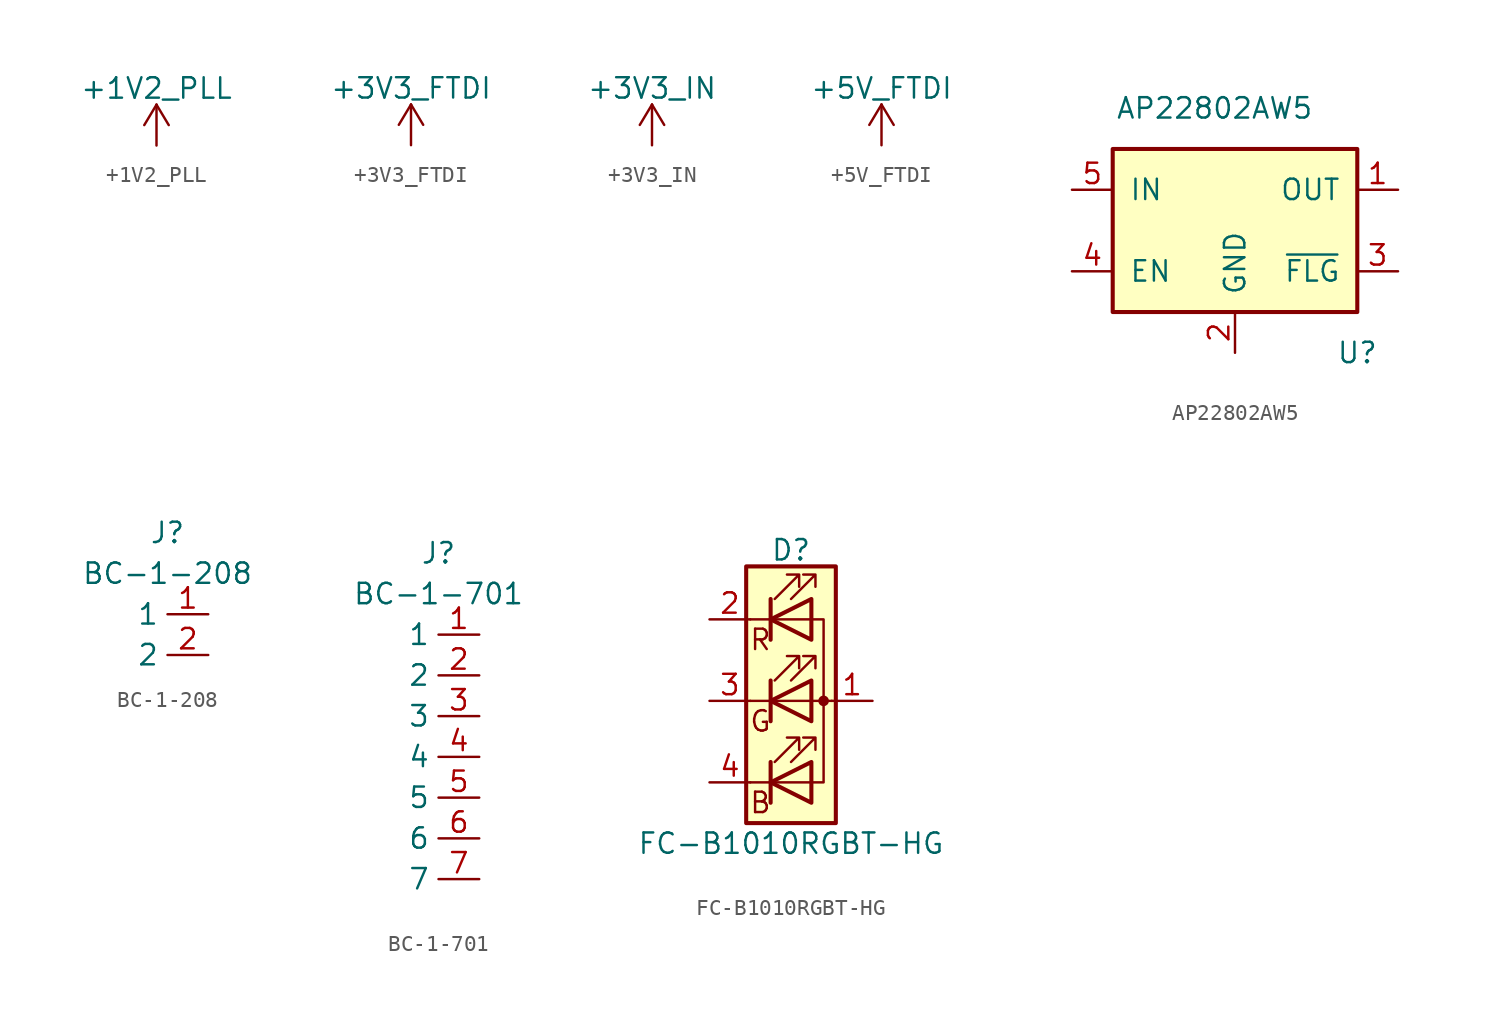
<source format=kicad_sym>
(kicad_symbol_lib
  (version 20211014)
  (generator kicad_symbol_editor)
  (symbol "+1V2_PLL"
    (power)
    (pin_names
      (offset 0))
    (property "Reference" "#PWR"
      (at 0 -3.81 0)
      (effects (font (size 1.27 1.27)) hide))
    (property "Value" "+1V2_PLL"
      (at 0 3.556 0)
      (effects (font (size 1.27 1.27))))
    (symbol "+1V2_PLL_0_1"
      (polyline (pts (xy -0.762 1.27) (xy 0 2.54)) (stroke (width 0) (type default) (color 0 0 0 0)) (fill (type none)))
      (polyline (pts (xy 0 0) (xy 0 2.54)) (stroke (width 0) (type default) (color 0 0 0 0)) (fill (type none)))
      (polyline (pts (xy 0 2.54) (xy 0.762 1.27)) (stroke (width 0) (type default) (color 0 0 0 0)) (fill (type none))))
    (symbol "+1V2_PLL_1_1"
      (pin power_in line (at 0 0 90) (length 0) hide (name "+1V2_PLL" (effects (font (size 1.27 1.27)))) (number "1" (effects (font (size 1.27 1.27)))))))
  (symbol "+3V3_FTDI"
    (power)
    (pin_names
      (offset 0))
    (property "Reference" "#PWR"
      (at 0 -3.81 0)
      (effects (font (size 1.27 1.27)) hide))
    (property "Value" "+3V3_FTDI"
      (at 0 3.556 0)
      (effects (font (size 1.27 1.27))))
    (symbol "+3V3_FTDI_0_1"
      (polyline (pts (xy -0.762 1.27) (xy 0 2.54)) (stroke (width 0) (type default) (color 0 0 0 0)) (fill (type none)))
      (polyline (pts (xy 0 0) (xy 0 2.54)) (stroke (width 0) (type default) (color 0 0 0 0)) (fill (type none)))
      (polyline (pts (xy 0 2.54) (xy 0.762 1.27)) (stroke (width 0) (type default) (color 0 0 0 0)) (fill (type none))))
    (symbol "+3V3_FTDI_1_1"
      (pin power_in line (at 0 0 90) (length 0) hide (name "+3V3_FTDI" (effects (font (size 1.27 1.27)))) (number "1" (effects (font (size 1.27 1.27)))))))
  (symbol "+3V3_IN"
    (power)
    (pin_names
      (offset 0))
    (property "Reference" "#PWR"
      (at 0 -3.81 0)
      (effects (font (size 1.27 1.27)) hide))
    (property "Value" "+3V3_IN"
      (at 0 3.556 0)
      (effects (font (size 1.27 1.27))))
    (symbol "+3V3_IN_0_1"
      (polyline (pts (xy -0.762 1.27) (xy 0 2.54)) (stroke (width 0) (type default) (color 0 0 0 0)) (fill (type none)))
      (polyline (pts (xy 0 0) (xy 0 2.54)) (stroke (width 0) (type default) (color 0 0 0 0)) (fill (type none)))
      (polyline (pts (xy 0 2.54) (xy 0.762 1.27)) (stroke (width 0) (type default) (color 0 0 0 0)) (fill (type none))))
    (symbol "+3V3_IN_1_1"
      (pin power_in line (at 0 0 90) (length 0) hide (name "+3V3_IN" (effects (font (size 1.27 1.27)))) (number "1" (effects (font (size 1.27 1.27)))))))
  (symbol "+5V_FTDI"
    (power)
    (pin_names
      (offset 0))
    (property "Reference" "#PWR"
      (at 0 -3.81 0)
      (effects (font (size 1.27 1.27)) hide))
    (property "Value" "+5V_FTDI"
      (at 0 3.556 0)
      (effects (font (size 1.27 1.27))))
    (symbol "+5V_FTDI_0_1"
      (polyline (pts (xy -0.762 1.27) (xy 0 2.54)) (stroke (width 0) (type default) (color 0 0 0 0)) (fill (type none)))
      (polyline (pts (xy 0 0) (xy 0 2.54)) (stroke (width 0) (type default) (color 0 0 0 0)) (fill (type none)))
      (polyline (pts (xy 0 2.54) (xy 0.762 1.27)) (stroke (width 0) (type default) (color 0 0 0 0)) (fill (type none))))
    (symbol "+5V_FTDI_1_1"
      (pin power_in line (at 0 0 90) (length 0) hide (name "+5V_FTDI" (effects (font (size 1.27 1.27)))) (number "1" (effects (font (size 1.27 1.27)))))))
  (symbol "AP22802AW5"
    (pin_names
      (offset 1.016))
    (property "Reference" "U"
      (at 7.62 -6.35 0)
      (effects (font (size 1.27 1.27))))
    (property "Value" "AP22802AW5"
      (at -1.27 8.89 0)
      (effects (font (size 1.27 1.27))))
    (symbol "AP22802AW5_1_1"
      (rectangle (start -7.62 6.35) (end 7.62 -3.81) (stroke (width 0.254) (type default) (color 0 0 0 0)) (fill (type background)))
      (pin power_out line (at 10.16 3.81 180) (length 2.54) (name "OUT" (effects (font (size 1.27 1.27)))) (number "1" (effects (font (size 1.27 1.27)))))
      (pin power_in line (at 0 -6.35 90) (length 2.54) (name "GND" (effects (font (size 1.27 1.27)))) (number "2" (effects (font (size 1.27 1.27)))))
      (pin open_collector line (at 10.16 -1.27 180) (length 2.54) (name "~{FLG}" (effects (font (size 1.27 1.27)))) (number "3" (effects (font (size 1.27 1.27)))))
      (pin input line (at -10.16 -1.27 0) (length 2.54) (name "EN" (effects (font (size 1.27 1.27)))) (number "4" (effects (font (size 1.27 1.27)))))
      (pin power_in line (at -10.16 3.81 0) (length 2.54) (name "IN" (effects (font (size 1.27 1.27)))) (number "5" (effects (font (size 1.27 1.27)))))))
  (symbol "BC-1-208"
    (property "Reference" "J"
      (at 0 5.08 0)
      (effects (font (size 1.27 1.27))))
    (property "Value" "BC-1-208"
      (at 0 2.54 0)
      (effects (font (size 1.27 1.27))))
    (symbol "BC-1-208_1_1"
      (pin passive line (at 2.54 0 180) (length 2.54) (name "1" (effects (font (size 1.27 1.27)))) (number "1" (effects (font (size 1.27 1.27)))))
      (pin passive line (at 2.54 -2.54 180) (length 2.54) (name "2" (effects (font (size 1.27 1.27)))) (number "2" (effects (font (size 1.27 1.27)))))))
  (symbol "BC-1-701"
    (property "Reference" "J"
      (at 0 5.08 0)
      (effects (font (size 1.27 1.27))))
    (property "Value" "BC-1-701"
      (at 0 2.54 0)
      (effects (font (size 1.27 1.27))))
    (symbol "BC-1-701_1_1"
      (pin passive line (at 2.54 0 180) (length 2.54) (name "1" (effects (font (size 1.27 1.27)))) (number "1" (effects (font (size 1.27 1.27)))))
      (pin passive line (at 2.54 -2.54 180) (length 2.54) (name "2" (effects (font (size 1.27 1.27)))) (number "2" (effects (font (size 1.27 1.27)))))
      (pin passive line (at 2.54 -5.08 180) (length 2.54) (name "3" (effects (font (size 1.27 1.27)))) (number "3" (effects (font (size 1.27 1.27)))))
      (pin passive line (at 2.54 -7.62 180) (length 2.54) (name "4" (effects (font (size 1.27 1.27)))) (number "4" (effects (font (size 1.27 1.27)))))
      (pin passive line (at 2.54 -10.16 180) (length 2.54) (name "5" (effects (font (size 1.27 1.27)))) (number "5" (effects (font (size 1.27 1.27)))))
      (pin passive line (at 2.54 -12.7 180) (length 2.54) (name "6" (effects (font (size 1.27 1.27)))) (number "6" (effects (font (size 1.27 1.27)))))
      (pin passive line (at 2.54 -15.24 180) (length 2.54) (name "7" (effects (font (size 1.27 1.27)))) (number "7" (effects (font (size 1.27 1.27)))))))
  (symbol "FC-B1010RGBT-HG"
    (pin_names
      (offset 0) hide)
    (property "Reference" "D"
      (at 0 9.398 0)
      (effects (font (size 1.27 1.27))))
    (property "Value" "FC-B1010RGBT-HG"
      (at 0 -8.89 0)
      (effects (font (size 1.27 1.27))))
    (symbol "FC-B1010RGBT-HG_0_0"
      (text "B" (at -1.905 -6.35 0) (effects (font (size 1.27 1.27))))
      (text "G" (at -1.905 -1.27 0) (effects (font (size 1.27 1.27))))
      (text "R" (at -1.905 3.81 0) (effects (font (size 1.27 1.27)))))
    (symbol "FC-B1010RGBT-HG_0_1"
      (polyline (pts (xy -1.27 -5.08) (xy -2.54 -5.08)) (stroke (width 0) (type default) (color 0 0 0 0)) (fill (type none)))
      (polyline (pts (xy -1.27 -5.08) (xy 1.27 -5.08)) (stroke (width 0) (type default) (color 0 0 0 0)) (fill (type none)))
      (polyline (pts (xy -1.27 -3.81) (xy -1.27 -6.35)) (stroke (width 0.254) (type default) (color 0 0 0 0)) (fill (type none)))
      (polyline (pts (xy -1.27 0) (xy -2.54 0)) (stroke (width 0) (type default) (color 0 0 0 0)) (fill (type none)))
      (polyline (pts (xy -1.27 1.27) (xy -1.27 -1.27)) (stroke (width 0.254) (type default) (color 0 0 0 0)) (fill (type none)))
      (polyline (pts (xy -1.27 5.08) (xy -2.54 5.08)) (stroke (width 0) (type default) (color 0 0 0 0)) (fill (type none)))
      (polyline (pts (xy -1.27 5.08) (xy 1.27 5.08)) (stroke (width 0) (type default) (color 0 0 0 0)) (fill (type none)))
      (polyline (pts (xy -1.27 6.35) (xy -1.27 3.81)) (stroke (width 0.254) (type default) (color 0 0 0 0)) (fill (type none)))
      (polyline (pts (xy 1.27 0) (xy -1.27 0)) (stroke (width 0) (type default) (color 0 0 0 0)) (fill (type none)))
      (polyline (pts (xy 1.27 0) (xy 2.54 0)) (stroke (width 0) (type default) (color 0 0 0 0)) (fill (type none)))
      (polyline (pts (xy -1.27 1.27) (xy -1.27 -1.27) (xy -1.27 -1.27)) (stroke (width 0) (type default) (color 0 0 0 0)) (fill (type none)))
      (polyline (pts (xy -1.27 6.35) (xy -1.27 3.81) (xy -1.27 3.81)) (stroke (width 0) (type default) (color 0 0 0 0)) (fill (type none)))
      (polyline (pts (xy 1.27 -5.08) (xy 2.032 -5.08) (xy 2.032 5.08) (xy 1.27 5.08)) (stroke (width 0) (type default) (color 0 0 0 0)) (fill (type none)))
      (polyline (pts (xy 1.27 -3.81) (xy 1.27 -6.35) (xy -1.27 -5.08) (xy 1.27 -3.81)) (stroke (width 0.254) (type default) (color 0 0 0 0)) (fill (type none)))
      (polyline (pts (xy 1.27 1.27) (xy 1.27 -1.27) (xy -1.27 0) (xy 1.27 1.27)) (stroke (width 0.254) (type default) (color 0 0 0 0)) (fill (type none)))
      (polyline (pts (xy 1.27 6.35) (xy 1.27 3.81) (xy -1.27 5.08) (xy 1.27 6.35)) (stroke (width 0.254) (type default) (color 0 0 0 0)) (fill (type none)))
      (polyline (pts (xy -1.016 -3.81) (xy 0.508 -2.286) (xy -0.254 -2.286) (xy 0.508 -2.286) (xy 0.508 -3.048)) (stroke (width 0) (type default) (color 0 0 0 0)) (fill (type none)))
      (polyline (pts (xy -1.016 1.27) (xy 0.508 2.794) (xy -0.254 2.794) (xy 0.508 2.794) (xy 0.508 2.032)) (stroke (width 0) (type default) (color 0 0 0 0)) (fill (type none)))
      (polyline (pts (xy -1.016 6.35) (xy 0.508 7.874) (xy -0.254 7.874) (xy 0.508 7.874) (xy 0.508 7.112)) (stroke (width 0) (type default) (color 0 0 0 0)) (fill (type none)))
      (polyline (pts (xy 0 -3.81) (xy 1.524 -2.286) (xy 0.762 -2.286) (xy 1.524 -2.286) (xy 1.524 -3.048)) (stroke (width 0) (type default) (color 0 0 0 0)) (fill (type none)))
      (polyline (pts (xy 0 1.27) (xy 1.524 2.794) (xy 0.762 2.794) (xy 1.524 2.794) (xy 1.524 2.032)) (stroke (width 0) (type default) (color 0 0 0 0)) (fill (type none)))
      (polyline (pts (xy 0 6.35) (xy 1.524 7.874) (xy 0.762 7.874) (xy 1.524 7.874) (xy 1.524 7.112)) (stroke (width 0) (type default) (color 0 0 0 0)) (fill (type none)))
      (rectangle (start 1.27 -1.27) (end 1.27 1.27) (stroke (width 0) (type default) (color 0 0 0 0)) (fill (type none)))
      (rectangle (start 1.27 1.27) (end 1.27 1.27) (stroke (width 0) (type default) (color 0 0 0 0)) (fill (type none)))
      (rectangle (start 1.27 3.81) (end 1.27 6.35) (stroke (width 0) (type default) (color 0 0 0 0)) (fill (type none)))
      (rectangle (start 1.27 6.35) (end 1.27 6.35) (stroke (width 0) (type default) (color 0 0 0 0)) (fill (type none)))
      (circle (center 2.032 0) (radius 0.254) (stroke (width 0) (type default) (color 0 0 0 0)) (fill (type outline)))
      (rectangle (start 2.794 8.382) (end -2.794 -7.62) (stroke (width 0.254) (type default) (color 0 0 0 0)) (fill (type background))))
    (symbol "FC-B1010RGBT-HG_1_1"
      (pin passive line (at 5.08 0 180) (length 2.54) (name "A" (effects (font (size 1.27 1.27)))) (number "1" (effects (font (size 1.27 1.27)))))
      (pin passive line (at -5.08 5.08 0) (length 2.54) (name "RK" (effects (font (size 1.27 1.27)))) (number "2" (effects (font (size 1.27 1.27)))))
      (pin passive line (at -5.08 0 0) (length 2.54) (name "GK" (effects (font (size 1.27 1.27)))) (number "3" (effects (font (size 1.27 1.27)))))
      (pin passive line (at -5.08 -5.08 0) (length 2.54) (name "BK" (effects (font (size 1.27 1.27)))) (number "4" (effects (font (size 1.27 1.27))))))))
</source>
